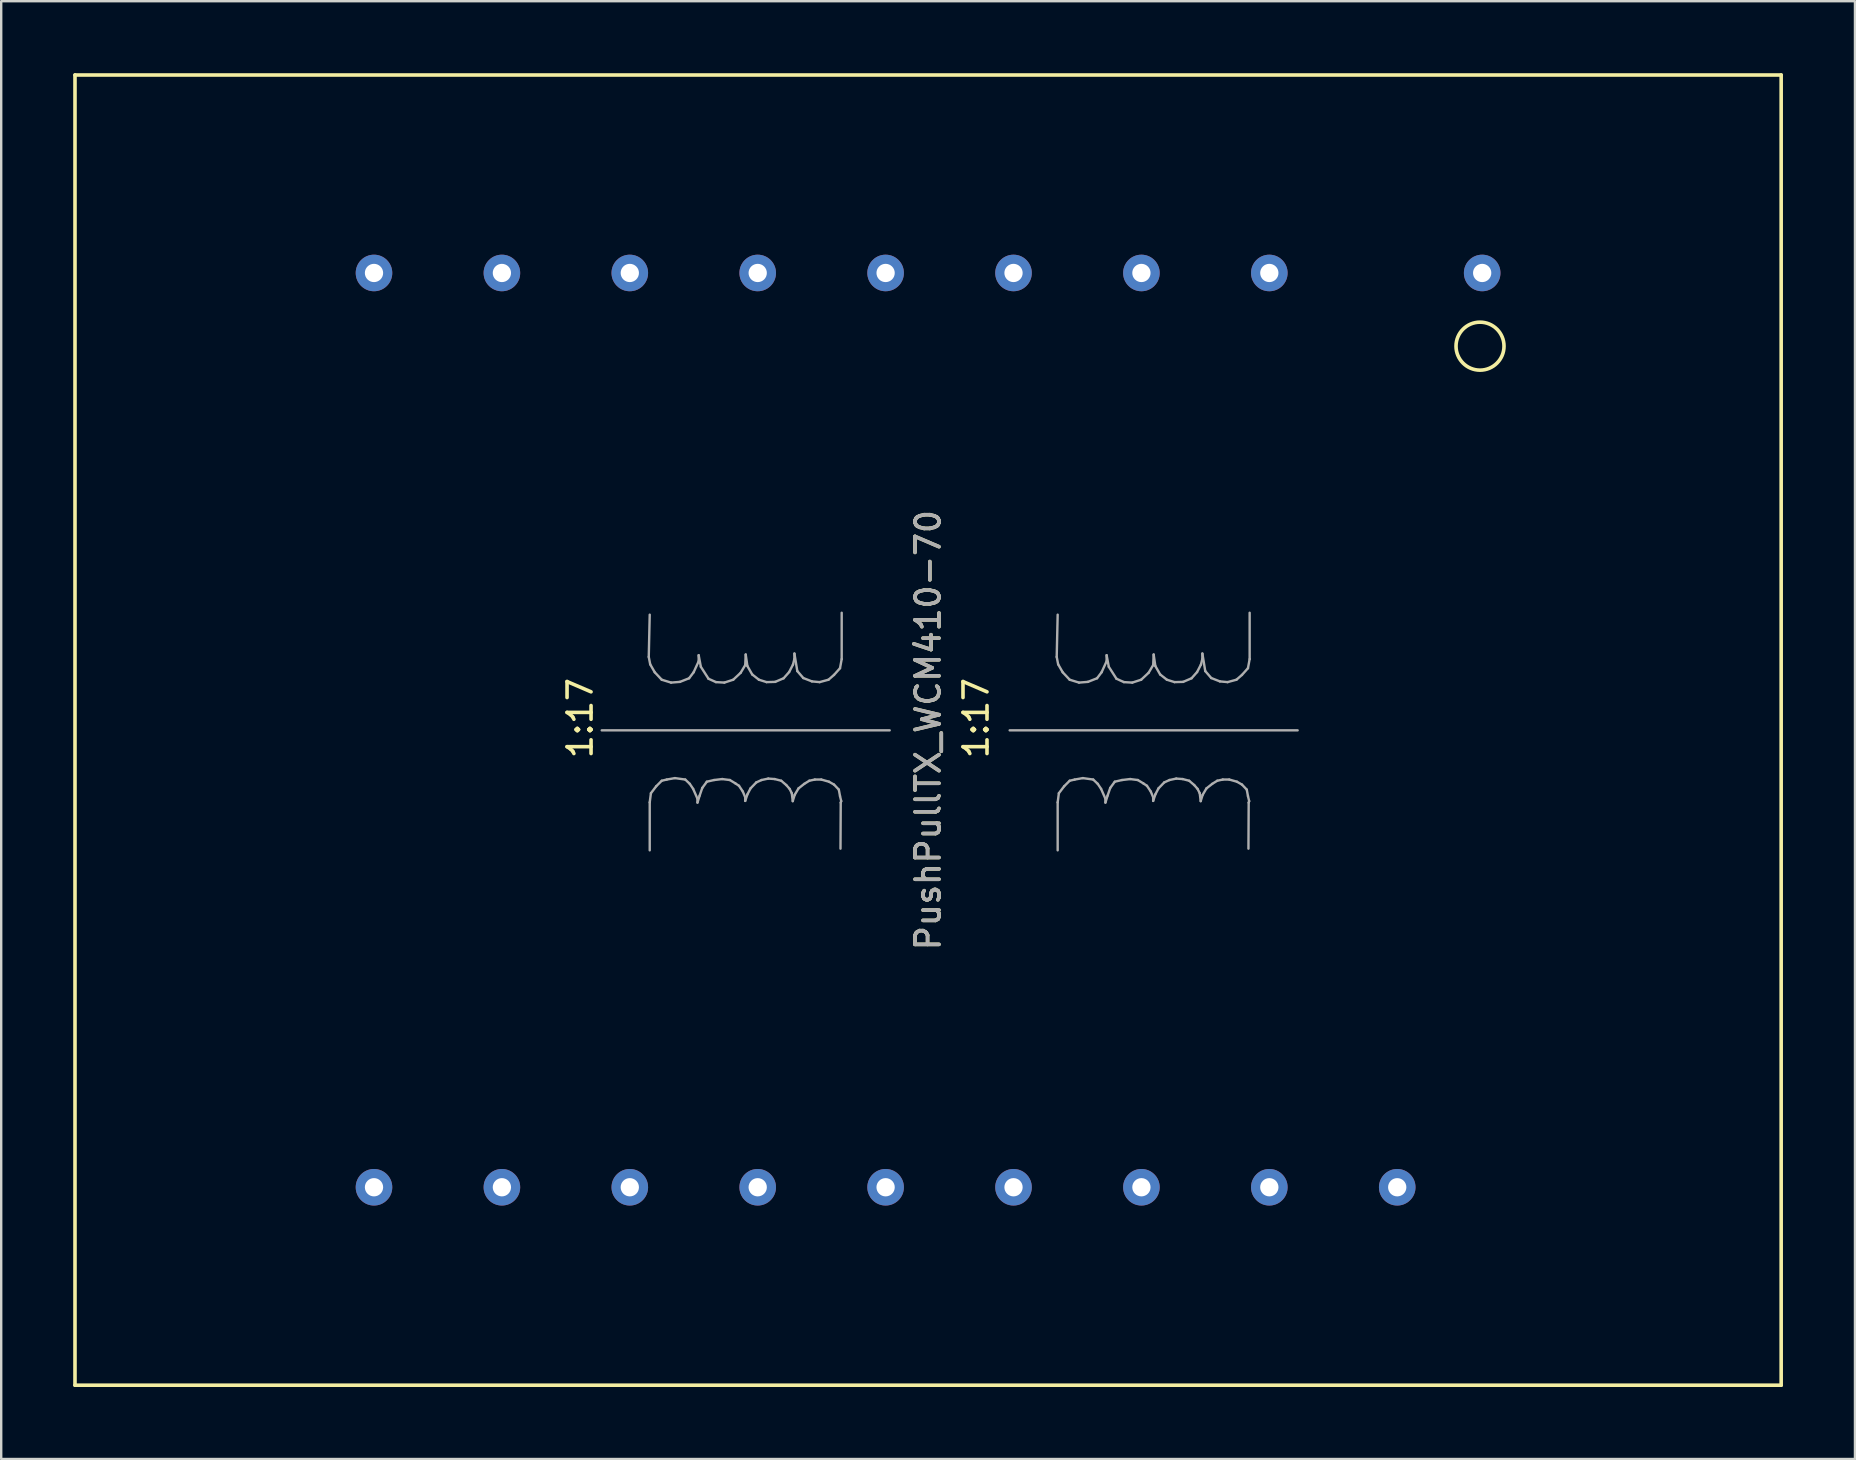
<source format=kicad_pcb>
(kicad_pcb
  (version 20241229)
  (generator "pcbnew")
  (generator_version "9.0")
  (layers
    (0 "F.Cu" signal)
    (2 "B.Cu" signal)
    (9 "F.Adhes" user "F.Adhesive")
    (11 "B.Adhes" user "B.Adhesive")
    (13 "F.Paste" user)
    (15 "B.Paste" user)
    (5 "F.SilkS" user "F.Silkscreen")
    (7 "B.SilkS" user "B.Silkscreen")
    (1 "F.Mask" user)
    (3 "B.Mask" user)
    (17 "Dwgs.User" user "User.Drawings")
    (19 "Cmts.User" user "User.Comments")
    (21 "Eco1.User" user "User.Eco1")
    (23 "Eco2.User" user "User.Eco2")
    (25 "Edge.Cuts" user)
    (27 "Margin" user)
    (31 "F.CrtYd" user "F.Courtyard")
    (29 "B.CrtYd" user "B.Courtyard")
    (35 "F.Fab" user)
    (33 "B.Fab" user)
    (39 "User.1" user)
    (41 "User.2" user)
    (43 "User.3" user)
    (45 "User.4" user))
  (footprint "PushPullTX_WCM410-70"
    (layer "F.Cu")
    (at 35.625 27.375)
    (property "Reference" "PushPullTX_WCM410-70" (at 0 0 90) (layer "F.SilkS") (effects (font (size 1 1) (thickness 0.15))))
    (attr through_hole)
    (fp_line (start -35.55 -27.3) (end -35.55 27.3) (stroke (width 0.15) (type solid)) (layer "F.SilkS"))
    (fp_line (start -35.55 27.3) (end 35.55 27.3) (stroke (width 0.15) (type solid)) (layer "F.SilkS"))
    (fp_line (start 35.55 -27.3) (end -35.55 -27.3) (stroke (width 0.15) (type solid)) (layer "F.SilkS"))
    (fp_line (start 35.55 27.3) (end 35.55 -27.3) (stroke (width 0.15) (type solid)) (layer "F.SilkS"))
    (fp_circle (center 23 -16) (end 23 -17) (stroke (width 0.15) (type solid)) (fill no) (layer "F.SilkS"))
    (fp_line (start -13.6 0.01) (end -1.6 0.01) (stroke (width 0.1) (type solid)) (layer "F.Fab"))
    (fp_line (start -11.64 -3.05) (end -11.58 -2.74) (stroke (width 0.1) (type solid)) (layer "F.Fab"))
    (fp_line (start -11.6 -4.81) (end -11.64 -3.05) (stroke (width 0.1) (type solid)) (layer "F.Fab"))
    (fp_line (start -11.6 3.01) (end -11.55 2.63) (stroke (width 0.1) (type solid)) (layer "F.Fab"))
    (fp_line (start -11.6 5.01) (end -11.6 3.01) (stroke (width 0.1) (type solid)) (layer "F.Fab"))
    (fp_line (start -11.58 -2.74) (end -11.39 -2.41) (stroke (width 0.1) (type solid)) (layer "F.Fab"))
    (fp_line (start -11.55 2.63) (end -11.33 2.34) (stroke (width 0.1) (type solid)) (layer "F.Fab"))
    (fp_line (start -11.39 -2.41) (end -11.1 -2.1) (stroke (width 0.1) (type solid)) (layer "F.Fab"))
    (fp_line (start -11.33 2.34) (end -11.1 2.11) (stroke (width 0.1) (type solid)) (layer "F.Fab"))
    (fp_line (start -11.1 -2.1) (end -10.71 -1.98) (stroke (width 0.1) (type solid)) (layer "F.Fab"))
    (fp_line (start -11.1 2.11) (end -10.89 2.06) (stroke (width 0.1) (type solid)) (layer "F.Fab"))
    (fp_line (start -10.89 2.06) (end -10.55 2) (stroke (width 0.1) (type solid)) (layer "F.Fab"))
    (fp_line (start -10.71 -1.98) (end -10.34 -2.01) (stroke (width 0.1) (type solid)) (layer "F.Fab"))
    (fp_line (start -10.55 2) (end -10.12 2.06) (stroke (width 0.1) (type solid)) (layer "F.Fab"))
    (fp_line (start -10.34 -2.01) (end -9.96 -2.16) (stroke (width 0.1) (type solid)) (layer "F.Fab"))
    (fp_line (start -10.12 2.06) (end -9.93 2.24) (stroke (width 0.1) (type solid)) (layer "F.Fab"))
    (fp_line (start -9.96 -2.16) (end -9.77 -2.41) (stroke (width 0.1) (type solid)) (layer "F.Fab"))
    (fp_line (start -9.93 2.24) (end -9.79 2.45) (stroke (width 0.1) (type solid)) (layer "F.Fab"))
    (fp_line (start -9.79 2.45) (end -9.61 2.86) (stroke (width 0.1) (type solid)) (layer "F.Fab"))
    (fp_line (start -9.77 -2.41) (end -9.56 -2.87) (stroke (width 0.1) (type solid)) (layer "F.Fab"))
    (fp_line (start -9.61 2.86) (end -9.61 3.02) (stroke (width 0.1) (type solid)) (layer "F.Fab"))
    (fp_line (start -9.61 3.02) (end -9.52 2.73) (stroke (width 0.1) (type solid)) (layer "F.Fab"))
    (fp_line (start -9.56 -3.12) (end -9.47 -2.64) (stroke (width 0.1) (type solid)) (layer "F.Fab"))
    (fp_line (start -9.56 -2.87) (end -9.56 -3.12) (stroke (width 0.1) (type solid)) (layer "F.Fab"))
    (fp_line (start -9.52 2.73) (end -9.41 2.41) (stroke (width 0.1) (type solid)) (layer "F.Fab"))
    (fp_line (start -9.47 -2.64) (end -9.15 -2.14) (stroke (width 0.1) (type solid)) (layer "F.Fab"))
    (fp_line (start -9.41 2.41) (end -9.22 2.15) (stroke (width 0.1) (type solid)) (layer "F.Fab"))
    (fp_line (start -9.22 2.15) (end -8.92 2.08) (stroke (width 0.1) (type solid)) (layer "F.Fab"))
    (fp_line (start -9.15 -2.14) (end -8.84 -2) (stroke (width 0.1) (type solid)) (layer "F.Fab"))
    (fp_line (start -8.92 2.08) (end -8.58 2.04) (stroke (width 0.1) (type solid)) (layer "F.Fab"))
    (fp_line (start -8.84 -2) (end -8.49 -1.98) (stroke (width 0.1) (type solid)) (layer "F.Fab"))
    (fp_line (start -8.58 2.04) (end -8.26 2.08) (stroke (width 0.1) (type solid)) (layer "F.Fab"))
    (fp_line (start -8.49 -1.98) (end -8.12 -2.1) (stroke (width 0.1) (type solid)) (layer "F.Fab"))
    (fp_line (start -8.26 2.08) (end -8.03 2.22) (stroke (width 0.1) (type solid)) (layer "F.Fab"))
    (fp_line (start -8.12 -2.1) (end -7.81 -2.39) (stroke (width 0.1) (type solid)) (layer "F.Fab"))
    (fp_line (start -8.03 2.22) (end -7.88 2.32) (stroke (width 0.1) (type solid)) (layer "F.Fab"))
    (fp_line (start -7.88 2.32) (end -7.72 2.56) (stroke (width 0.1) (type solid)) (layer "F.Fab"))
    (fp_line (start -7.81 -2.39) (end -7.62 -2.71) (stroke (width 0.1) (type solid)) (layer "F.Fab"))
    (fp_line (start -7.72 2.56) (end -7.62 2.8) (stroke (width 0.1) (type solid)) (layer "F.Fab"))
    (fp_line (start -7.62 -2.71) (end -7.6 -3.15) (stroke (width 0.1) (type solid)) (layer "F.Fab"))
    (fp_line (start -7.62 2.8) (end -7.62 2.95) (stroke (width 0.1) (type solid)) (layer "F.Fab"))
    (fp_line (start -7.62 2.95) (end -7.53 2.68) (stroke (width 0.1) (type solid)) (layer "F.Fab"))
    (fp_line (start -7.6 -3.15) (end -7.53 -2.67) (stroke (width 0.1) (type solid)) (layer "F.Fab"))
    (fp_line (start -7.53 -2.67) (end -7.33 -2.32) (stroke (width 0.1) (type solid)) (layer "F.Fab"))
    (fp_line (start -7.53 2.68) (end -7.4 2.43) (stroke (width 0.1) (type solid)) (layer "F.Fab"))
    (fp_line (start -7.4 2.43) (end -7.16 2.18) (stroke (width 0.1) (type solid)) (layer "F.Fab"))
    (fp_line (start -7.33 -2.32) (end -7.05 -2.1) (stroke (width 0.1) (type solid)) (layer "F.Fab"))
    (fp_line (start -7.16 2.18) (end -6.94 2.08) (stroke (width 0.1) (type solid)) (layer "F.Fab"))
    (fp_line (start -7.05 -2.1) (end -6.73 -2) (stroke (width 0.1) (type solid)) (layer "F.Fab"))
    (fp_line (start -6.94 2.08) (end -6.66 2.02) (stroke (width 0.1) (type solid)) (layer "F.Fab"))
    (fp_line (start -6.73 -2) (end -6.37 -2.01) (stroke (width 0.1) (type solid)) (layer "F.Fab"))
    (fp_line (start -6.66 2.02) (end -6.39 2.04) (stroke (width 0.1) (type solid)) (layer "F.Fab"))
    (fp_line (start -6.39 2.04) (end -6.12 2.11) (stroke (width 0.1) (type solid)) (layer "F.Fab"))
    (fp_line (start -6.37 -2.01) (end -6.02 -2.16) (stroke (width 0.1) (type solid)) (layer "F.Fab"))
    (fp_line (start -6.12 2.11) (end -5.91 2.29) (stroke (width 0.1) (type solid)) (layer "F.Fab"))
    (fp_line (start -6.02 -2.16) (end -5.79 -2.42) (stroke (width 0.1) (type solid)) (layer "F.Fab"))
    (fp_line (start -5.91 2.29) (end -5.77 2.45) (stroke (width 0.1) (type solid)) (layer "F.Fab"))
    (fp_line (start -5.79 -2.42) (end -5.63 -2.73) (stroke (width 0.1) (type solid)) (layer "F.Fab"))
    (fp_line (start -5.77 2.45) (end -5.68 2.63) (stroke (width 0.1) (type solid)) (layer "F.Fab"))
    (fp_line (start -5.68 2.63) (end -5.64 2.96) (stroke (width 0.1) (type solid)) (layer "F.Fab"))
    (fp_line (start -5.64 2.96) (end -5.56 2.7) (stroke (width 0.1) (type solid)) (layer "F.Fab"))
    (fp_line (start -5.63 -2.73) (end -5.57 -2.97) (stroke (width 0.1) (type solid)) (layer "F.Fab"))
    (fp_line (start -5.57 -3.19) (end -5.45 -2.46) (stroke (width 0.1) (type solid)) (layer "F.Fab"))
    (fp_line (start -5.57 -2.97) (end -5.57 -3.19) (stroke (width 0.1) (type solid)) (layer "F.Fab"))
    (fp_line (start -5.56 2.7) (end -5.4 2.43) (stroke (width 0.1) (type solid)) (layer "F.Fab"))
    (fp_line (start -5.45 -2.46) (end -5.2 -2.17) (stroke (width 0.1) (type solid)) (layer "F.Fab"))
    (fp_line (start -5.4 2.43) (end -5.16 2.24) (stroke (width 0.1) (type solid)) (layer "F.Fab"))
    (fp_line (start -5.2 -2.17) (end -4.84 -2.03) (stroke (width 0.1) (type solid)) (layer "F.Fab"))
    (fp_line (start -5.16 2.24) (end -4.95 2.11) (stroke (width 0.1) (type solid)) (layer "F.Fab"))
    (fp_line (start -4.95 2.11) (end -4.72 2.06) (stroke (width 0.1) (type solid)) (layer "F.Fab"))
    (fp_line (start -4.84 -2.03) (end -4.52 -2) (stroke (width 0.1) (type solid)) (layer "F.Fab"))
    (fp_line (start -4.72 2.06) (end -4.45 2.06) (stroke (width 0.1) (type solid)) (layer "F.Fab"))
    (fp_line (start -4.52 -2) (end -4.15 -2.1) (stroke (width 0.1) (type solid)) (layer "F.Fab"))
    (fp_line (start -4.45 2.06) (end -4.13 2.15) (stroke (width 0.1) (type solid)) (layer "F.Fab"))
    (fp_line (start -4.15 -2.1) (end -3.92 -2.3) (stroke (width 0.1) (type solid)) (layer "F.Fab"))
    (fp_line (start -4.13 2.15) (end -3.92 2.27) (stroke (width 0.1) (type solid)) (layer "F.Fab"))
    (fp_line (start -3.92 -2.3) (end -3.67 -2.58) (stroke (width 0.1) (type solid)) (layer "F.Fab"))
    (fp_line (start -3.92 2.27) (end -3.72 2.48) (stroke (width 0.1) (type solid)) (layer "F.Fab"))
    (fp_line (start -3.72 2.48) (end -3.67 2.75) (stroke (width 0.1) (type solid)) (layer "F.Fab"))
    (fp_line (start -3.67 -2.58) (end -3.6 -2.96) (stroke (width 0.1) (type solid)) (layer "F.Fab"))
    (fp_line (start -3.67 2.75) (end -3.62 2.96) (stroke (width 0.1) (type solid)) (layer "F.Fab"))
    (fp_line (start -3.64 3.02) (end -3.65 4.94) (stroke (width 0.1) (type solid)) (layer "F.Fab"))
    (fp_line (start -3.62 2.96) (end -3.64 3.02) (stroke (width 0.1) (type solid)) (layer "F.Fab"))
    (fp_line (start -3.6 -2.96) (end -3.6 -4.89) (stroke (width 0.1) (type solid)) (layer "F.Fab"))
    (fp_line (start 3.4 0.01) (end 15.4 0.01) (stroke (width 0.1) (type solid)) (layer "F.Fab"))
    (fp_line (start 5.36 -3.05) (end 5.42 -2.74) (stroke (width 0.1) (type solid)) (layer "F.Fab"))
    (fp_line (start 5.4 -4.81) (end 5.36 -3.05) (stroke (width 0.1) (type solid)) (layer "F.Fab"))
    (fp_line (start 5.4 3.01) (end 5.45 2.63) (stroke (width 0.1) (type solid)) (layer "F.Fab"))
    (fp_line (start 5.4 5.01) (end 5.4 3.01) (stroke (width 0.1) (type solid)) (layer "F.Fab"))
    (fp_line (start 5.42 -2.74) (end 5.61 -2.41) (stroke (width 0.1) (type solid)) (layer "F.Fab"))
    (fp_line (start 5.45 2.63) (end 5.67 2.34) (stroke (width 0.1) (type solid)) (layer "F.Fab"))
    (fp_line (start 5.61 -2.41) (end 5.9 -2.1) (stroke (width 0.1) (type solid)) (layer "F.Fab"))
    (fp_line (start 5.67 2.34) (end 5.9 2.11) (stroke (width 0.1) (type solid)) (layer "F.Fab"))
    (fp_line (start 5.9 -2.1) (end 6.29 -1.98) (stroke (width 0.1) (type solid)) (layer "F.Fab"))
    (fp_line (start 5.9 2.11) (end 6.11 2.06) (stroke (width 0.1) (type solid)) (layer "F.Fab"))
    (fp_line (start 6.11 2.06) (end 6.45 2) (stroke (width 0.1) (type solid)) (layer "F.Fab"))
    (fp_line (start 6.29 -1.98) (end 6.66 -2.01) (stroke (width 0.1) (type solid)) (layer "F.Fab"))
    (fp_line (start 6.45 2) (end 6.88 2.06) (stroke (width 0.1) (type solid)) (layer "F.Fab"))
    (fp_line (start 6.66 -2.01) (end 7.04 -2.16) (stroke (width 0.1) (type solid)) (layer "F.Fab"))
    (fp_line (start 6.88 2.06) (end 7.07 2.24) (stroke (width 0.1) (type solid)) (layer "F.Fab"))
    (fp_line (start 7.04 -2.16) (end 7.23 -2.41) (stroke (width 0.1) (type solid)) (layer "F.Fab"))
    (fp_line (start 7.07 2.24) (end 7.21 2.45) (stroke (width 0.1) (type solid)) (layer "F.Fab"))
    (fp_line (start 7.21 2.45) (end 7.39 2.86) (stroke (width 0.1) (type solid)) (layer "F.Fab"))
    (fp_line (start 7.23 -2.41) (end 7.44 -2.87) (stroke (width 0.1) (type solid)) (layer "F.Fab"))
    (fp_line (start 7.39 2.86) (end 7.39 3.02) (stroke (width 0.1) (type solid)) (layer "F.Fab"))
    (fp_line (start 7.39 3.02) (end 7.48 2.73) (stroke (width 0.1) (type solid)) (layer "F.Fab"))
    (fp_line (start 7.44 -3.12) (end 7.53 -2.64) (stroke (width 0.1) (type solid)) (layer "F.Fab"))
    (fp_line (start 7.44 -2.87) (end 7.44 -3.12) (stroke (width 0.1) (type solid)) (layer "F.Fab"))
    (fp_line (start 7.48 2.73) (end 7.59 2.41) (stroke (width 0.1) (type solid)) (layer "F.Fab"))
    (fp_line (start 7.53 -2.64) (end 7.85 -2.14) (stroke (width 0.1) (type solid)) (layer "F.Fab"))
    (fp_line (start 7.59 2.41) (end 7.78 2.15) (stroke (width 0.1) (type solid)) (layer "F.Fab"))
    (fp_line (start 7.78 2.15) (end 8.08 2.08) (stroke (width 0.1) (type solid)) (layer "F.Fab"))
    (fp_line (start 7.85 -2.14) (end 8.16 -2) (stroke (width 0.1) (type solid)) (layer "F.Fab"))
    (fp_line (start 8.08 2.08) (end 8.42 2.04) (stroke (width 0.1) (type solid)) (layer "F.Fab"))
    (fp_line (start 8.16 -2) (end 8.51 -1.98) (stroke (width 0.1) (type solid)) (layer "F.Fab"))
    (fp_line (start 8.42 2.04) (end 8.74 2.08) (stroke (width 0.1) (type solid)) (layer "F.Fab"))
    (fp_line (start 8.51 -1.98) (end 8.88 -2.1) (stroke (width 0.1) (type solid)) (layer "F.Fab"))
    (fp_line (start 8.74 2.08) (end 8.97 2.22) (stroke (width 0.1) (type solid)) (layer "F.Fab"))
    (fp_line (start 8.88 -2.1) (end 9.19 -2.39) (stroke (width 0.1) (type solid)) (layer "F.Fab"))
    (fp_line (start 8.97 2.22) (end 9.12 2.32) (stroke (width 0.1) (type solid)) (layer "F.Fab"))
    (fp_line (start 9.12 2.32) (end 9.28 2.56) (stroke (width 0.1) (type solid)) (layer "F.Fab"))
    (fp_line (start 9.19 -2.39) (end 9.38 -2.71) (stroke (width 0.1) (type solid)) (layer "F.Fab"))
    (fp_line (start 9.28 2.56) (end 9.38 2.8) (stroke (width 0.1) (type solid)) (layer "F.Fab"))
    (fp_line (start 9.38 -2.71) (end 9.4 -3.15) (stroke (width 0.1) (type solid)) (layer "F.Fab"))
    (fp_line (start 9.38 2.8) (end 9.38 2.95) (stroke (width 0.1) (type solid)) (layer "F.Fab"))
    (fp_line (start 9.38 2.95) (end 9.47 2.68) (stroke (width 0.1) (type solid)) (layer "F.Fab"))
    (fp_line (start 9.4 -3.15) (end 9.47 -2.67) (stroke (width 0.1) (type solid)) (layer "F.Fab"))
    (fp_line (start 9.47 -2.67) (end 9.67 -2.32) (stroke (width 0.1) (type solid)) (layer "F.Fab"))
    (fp_line (start 9.47 2.68) (end 9.6 2.43) (stroke (width 0.1) (type solid)) (layer "F.Fab"))
    (fp_line (start 9.6 2.43) (end 9.84 2.18) (stroke (width 0.1) (type solid)) (layer "F.Fab"))
    (fp_line (start 9.67 -2.32) (end 9.95 -2.1) (stroke (width 0.1) (type solid)) (layer "F.Fab"))
    (fp_line (start 9.84 2.18) (end 10.06 2.08) (stroke (width 0.1) (type solid)) (layer "F.Fab"))
    (fp_line (start 9.95 -2.1) (end 10.27 -2) (stroke (width 0.1) (type solid)) (layer "F.Fab"))
    (fp_line (start 10.06 2.08) (end 10.34 2.02) (stroke (width 0.1) (type solid)) (layer "F.Fab"))
    (fp_line (start 10.27 -2) (end 10.63 -2.01) (stroke (width 0.1) (type solid)) (layer "F.Fab"))
    (fp_line (start 10.34 2.02) (end 10.61 2.04) (stroke (width 0.1) (type solid)) (layer "F.Fab"))
    (fp_line (start 10.61 2.04) (end 10.88 2.11) (stroke (width 0.1) (type solid)) (layer "F.Fab"))
    (fp_line (start 10.63 -2.01) (end 10.98 -2.16) (stroke (width 0.1) (type solid)) (layer "F.Fab"))
    (fp_line (start 10.88 2.11) (end 11.09 2.29) (stroke (width 0.1) (type solid)) (layer "F.Fab"))
    (fp_line (start 10.98 -2.16) (end 11.21 -2.42) (stroke (width 0.1) (type solid)) (layer "F.Fab"))
    (fp_line (start 11.09 2.29) (end 11.23 2.45) (stroke (width 0.1) (type solid)) (layer "F.Fab"))
    (fp_line (start 11.21 -2.42) (end 11.37 -2.73) (stroke (width 0.1) (type solid)) (layer "F.Fab"))
    (fp_line (start 11.23 2.45) (end 11.32 2.63) (stroke (width 0.1) (type solid)) (layer "F.Fab"))
    (fp_line (start 11.32 2.63) (end 11.36 2.96) (stroke (width 0.1) (type solid)) (layer "F.Fab"))
    (fp_line (start 11.36 2.96) (end 11.44 2.7) (stroke (width 0.1) (type solid)) (layer "F.Fab"))
    (fp_line (start 11.37 -2.73) (end 11.43 -2.97) (stroke (width 0.1) (type solid)) (layer "F.Fab"))
    (fp_line (start 11.43 -3.19) (end 11.55 -2.46) (stroke (width 0.1) (type solid)) (layer "F.Fab"))
    (fp_line (start 11.43 -2.97) (end 11.43 -3.19) (stroke (width 0.1) (type solid)) (layer "F.Fab"))
    (fp_line (start 11.44 2.7) (end 11.6 2.43) (stroke (width 0.1) (type solid)) (layer "F.Fab"))
    (fp_line (start 11.55 -2.46) (end 11.8 -2.17) (stroke (width 0.1) (type solid)) (layer "F.Fab"))
    (fp_line (start 11.6 2.43) (end 11.84 2.24) (stroke (width 0.1) (type solid)) (layer "F.Fab"))
    (fp_line (start 11.8 -2.17) (end 12.16 -2.03) (stroke (width 0.1) (type solid)) (layer "F.Fab"))
    (fp_line (start 11.84 2.24) (end 12.05 2.11) (stroke (width 0.1) (type solid)) (layer "F.Fab"))
    (fp_line (start 12.05 2.11) (end 12.28 2.06) (stroke (width 0.1) (type solid)) (layer "F.Fab"))
    (fp_line (start 12.16 -2.03) (end 12.48 -2) (stroke (width 0.1) (type solid)) (layer "F.Fab"))
    (fp_line (start 12.28 2.06) (end 12.55 2.06) (stroke (width 0.1) (type solid)) (layer "F.Fab"))
    (fp_line (start 12.48 -2) (end 12.85 -2.1) (stroke (width 0.1) (type solid)) (layer "F.Fab"))
    (fp_line (start 12.55 2.06) (end 12.87 2.15) (stroke (width 0.1) (type solid)) (layer "F.Fab"))
    (fp_line (start 12.85 -2.1) (end 13.08 -2.3) (stroke (width 0.1) (type solid)) (layer "F.Fab"))
    (fp_line (start 12.87 2.15) (end 13.08 2.27) (stroke (width 0.1) (type solid)) (layer "F.Fab"))
    (fp_line (start 13.08 -2.3) (end 13.33 -2.58) (stroke (width 0.1) (type solid)) (layer "F.Fab"))
    (fp_line (start 13.08 2.27) (end 13.28 2.48) (stroke (width 0.1) (type solid)) (layer "F.Fab"))
    (fp_line (start 13.28 2.48) (end 13.33 2.75) (stroke (width 0.1) (type solid)) (layer "F.Fab"))
    (fp_line (start 13.33 -2.58) (end 13.4 -2.96) (stroke (width 0.1) (type solid)) (layer "F.Fab"))
    (fp_line (start 13.33 2.75) (end 13.38 2.96) (stroke (width 0.1) (type solid)) (layer "F.Fab"))
    (fp_line (start 13.36 3.02) (end 13.35 4.94) (stroke (width 0.1) (type solid)) (layer "F.Fab"))
    (fp_line (start 13.38 2.96) (end 13.36 3.02) (stroke (width 0.1) (type solid)) (layer "F.Fab"))
    (fp_line (start 13.4 -2.96) (end 13.4 -4.89) (stroke (width 0.1) (type solid)) (layer "F.Fab"))
    (fp_text user "1:17" (at 2 -0.5 90) (layer "F.SilkS") (effects (font (size 1 1) (thickness 0.15))))
    (fp_text user "1:17" (at -14.5 -0.5 90) (layer "F.SilkS") (effects (font (size 1 1) (thickness 0.15))))
    (fp_text user "${REFERENCE}" (at 0 0 90) (layer "F.Fab") (effects (font (size 1 1) (thickness 0.15))))
    (pad "1" thru_hole circle (at 23.09 -19.05) (size 1.524 1.524) (drill 0.762) (layers "*.Cu" "*.Mask"))
    (pad "2" thru_hole circle (at 14.22 -19.05) (size 1.524 1.524) (drill 0.762) (layers "*.Cu" "*.Mask"))
    (pad "3" thru_hole circle (at 8.89 -19.05) (size 1.524 1.524) (drill 0.762) (layers "*.Cu" "*.Mask"))
    (pad "4" thru_hole circle (at 3.56 -19.05) (size 1.524 1.524) (drill 0.762) (layers "*.Cu" "*.Mask"))
    (pad "5" thru_hole circle (at -1.77 -19.05) (size 1.524 1.524) (drill 0.762) (layers "*.Cu" "*.Mask"))
    (pad "6" thru_hole circle (at -7.1 -19.05) (size 1.524 1.524) (drill 0.762) (layers "*.Cu" "*.Mask"))
    (pad "7" thru_hole circle (at -12.43 -19.05) (size 1.524 1.524) (drill 0.762) (layers "*.Cu" "*.Mask"))
    (pad "8" thru_hole circle (at -17.76 -19.05) (size 1.524 1.524) (drill 0.762) (layers "*.Cu" "*.Mask"))
    (pad "9" thru_hole circle (at -23.09 -19.05) (size 1.524 1.524) (drill 0.762) (layers "*.Cu" "*.Mask"))
    (pad "10" thru_hole circle (at -23.09 19.05) (size 1.524 1.524) (drill 0.762) (layers "*.Cu" "*.Mask"))
    (pad "11" thru_hole circle (at -17.76 19.05) (size 1.524 1.524) (drill 0.762) (layers "*.Cu" "*.Mask"))
    (pad "12" thru_hole circle (at -12.43 19.05) (size 1.524 1.524) (drill 0.762) (layers "*.Cu" "*.Mask"))
    (pad "13" thru_hole circle (at -7.1 19.05) (size 1.524 1.524) (drill 0.762) (layers "*.Cu" "*.Mask"))
    (pad "14" thru_hole circle (at -1.77 19.05) (size 1.524 1.524) (drill 0.762) (layers "*.Cu" "*.Mask"))
    (pad "15" thru_hole circle (at 3.56 19.05) (size 1.524 1.524) (drill 0.762) (layers "*.Cu" "*.Mask"))
    (pad "16" thru_hole circle (at 8.89 19.05) (size 1.524 1.524) (drill 0.762) (layers "*.Cu" "*.Mask"))
    (pad "17" thru_hole circle (at 14.22 19.05) (size 1.524 1.524) (drill 0.762) (layers "*.Cu" "*.Mask"))
    (pad "18" thru_hole circle (at 19.55 19.05) (size 1.524 1.524) (drill 0.762) (layers "*.Cu" "*.Mask")))
  (gr_rect
    (start -3 -3)
    (end 74.25 57.75)
    (stroke (width 0.1) (type default))
    (fill no)
    (layer "Edge.Cuts")))
</source>
